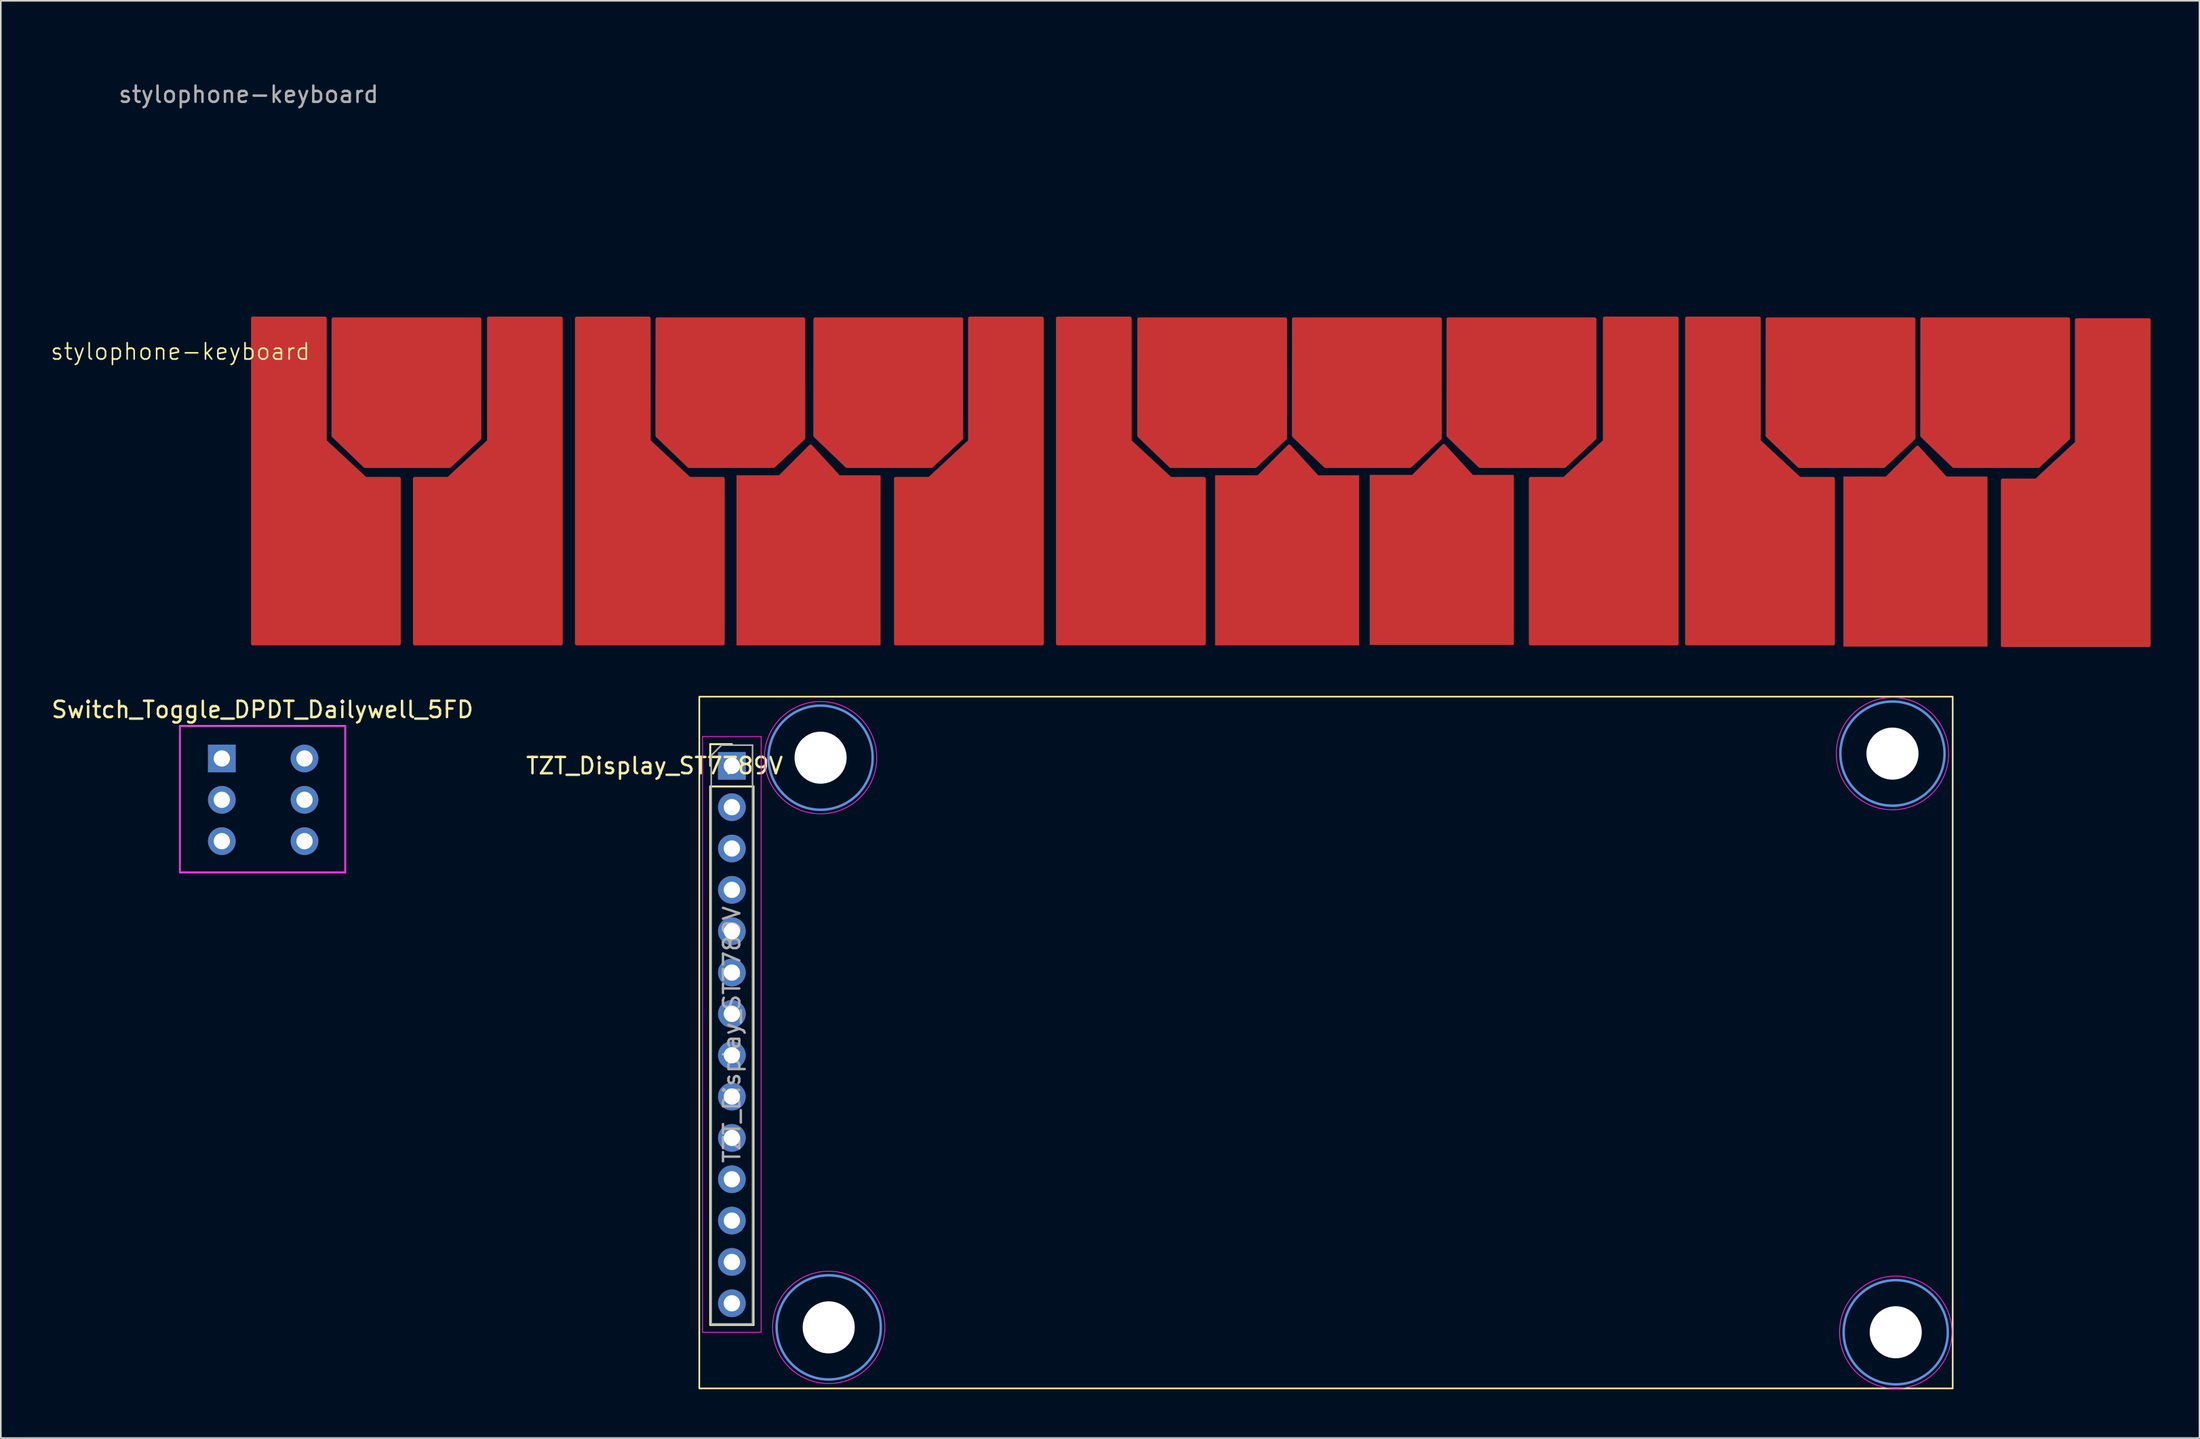
<source format=kicad_pcb>
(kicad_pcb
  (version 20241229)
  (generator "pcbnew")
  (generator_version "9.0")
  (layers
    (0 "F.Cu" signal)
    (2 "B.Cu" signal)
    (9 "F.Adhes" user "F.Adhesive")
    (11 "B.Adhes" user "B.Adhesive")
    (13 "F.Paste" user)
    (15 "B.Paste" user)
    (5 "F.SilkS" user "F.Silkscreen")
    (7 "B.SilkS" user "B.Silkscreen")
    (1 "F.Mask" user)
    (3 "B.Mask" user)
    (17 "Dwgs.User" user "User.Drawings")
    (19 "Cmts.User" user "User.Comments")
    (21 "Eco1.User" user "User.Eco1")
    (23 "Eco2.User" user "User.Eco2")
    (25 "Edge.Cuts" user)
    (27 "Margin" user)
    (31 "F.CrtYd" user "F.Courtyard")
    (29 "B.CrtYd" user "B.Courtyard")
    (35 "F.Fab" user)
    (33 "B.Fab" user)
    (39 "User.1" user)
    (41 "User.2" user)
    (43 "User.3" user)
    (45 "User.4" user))
  (footprint "TZT_Display_ST7789V"
    (layer "F.Cu")
    (at 41.911 44)
    (property "Reference" "TZT_Display_ST7789V" (at -4.75 0 0) (layer "F.SilkS") (effects (font (size 1 1) (thickness 0.15))))
    (attr through_hole)
    (fp_line (start -1.33 -1.33) (end 0 -1.33) (stroke (width 0.12) (type solid)) (layer "F.SilkS"))
    (fp_line (start -1.33 0) (end -1.33 -1.33) (stroke (width 0.12) (type solid)) (layer "F.SilkS"))
    (fp_line (start -1.33 1.27) (end -1.33 34.35) (stroke (width 0.12) (type solid)) (layer "F.SilkS"))
    (fp_line (start -1.33 1.27) (end 1.33 1.27) (stroke (width 0.12) (type solid)) (layer "F.SilkS"))
    (fp_line (start -1.33 34.35) (end 1.33 34.35) (stroke (width 0.12) (type solid)) (layer "F.SilkS"))
    (fp_line (start 1.33 1.27) (end 1.33 34.35) (stroke (width 0.12) (type solid)) (layer "F.SilkS"))
    (fp_rect (start -2 -4.25) (end 75 38.25) (stroke (width 0.1) (type default)) (fill no) (layer "F.SilkS"))
    (fp_circle (center 5.45 -0.5) (end 8.65 -0.5) (stroke (width 0.15) (type solid)) (fill no) (layer "Cmts.User"))
    (fp_circle (center 5.95 34.5) (end 9.15 34.5) (stroke (width 0.15) (type solid)) (fill no) (layer "Cmts.User"))
    (fp_circle (center 71.3 -0.75) (end 74.5 -0.75) (stroke (width 0.15) (type solid)) (fill no) (layer "Cmts.User"))
    (fp_circle (center 71.5 34.8) (end 74.7 34.8) (stroke (width 0.15) (type solid)) (fill no) (layer "Cmts.User"))
    (fp_line (start -1.8 -1.8) (end -1.8 34.8) (stroke (width 0.05) (type solid)) (layer "F.CrtYd"))
    (fp_line (start -1.8 34.8) (end 1.8 34.8) (stroke (width 0.05) (type solid)) (layer "F.CrtYd"))
    (fp_line (start 1.8 -1.8) (end -1.8 -1.8) (stroke (width 0.05) (type solid)) (layer "F.CrtYd"))
    (fp_line (start 1.8 34.8) (end 1.8 -1.8) (stroke (width 0.05) (type solid)) (layer "F.CrtYd"))
    (fp_circle (center 5.45 -0.5) (end 8.9 -0.5) (stroke (width 0.05) (type solid)) (fill no) (layer "F.CrtYd"))
    (fp_circle (center 5.95 34.5) (end 9.4 34.5) (stroke (width 0.05) (type solid)) (fill no) (layer "F.CrtYd"))
    (fp_circle (center 71.3 -0.75) (end 74.75 -0.75) (stroke (width 0.05) (type solid)) (fill no) (layer "F.CrtYd"))
    (fp_circle (center 71.5 34.8) (end 74.95 34.8) (stroke (width 0.05) (type solid)) (fill no) (layer "F.CrtYd"))
    (fp_line (start -1.27 -0.635) (end -0.635 -1.27) (stroke (width 0.1) (type solid)) (layer "F.Fab"))
    (fp_line (start -1.27 34.29) (end -1.27 -0.635) (stroke (width 0.1) (type solid)) (layer "F.Fab"))
    (fp_line (start -0.635 -1.27) (end 1.27 -1.27) (stroke (width 0.1) (type solid)) (layer "F.Fab"))
    (fp_line (start 1.27 -1.27) (end 1.27 34.29) (stroke (width 0.1) (type solid)) (layer "F.Fab"))
    (fp_line (start 1.27 34.29) (end -1.27 34.29) (stroke (width 0.1) (type solid)) (layer "F.Fab"))
    (fp_text user "${REFERENCE}" (at 0 16.51 90) (layer "F.Fab") (effects (font (size 1 1) (thickness 0.15))))
    (pad "" np_thru_hole circle (at 5.45 -0.5) (size 3.2 3.2) (drill 3.2) (layers "*.Cu" "*.Mask"))
    (pad "" np_thru_hole circle (at 5.95 34.5) (size 3.2 3.2) (drill 3.2) (layers "*.Cu" "*.Mask"))
    (pad "" np_thru_hole circle (at 71.3 -0.75) (size 3.2 3.2) (drill 3.2) (layers "*.Cu" "*.Mask"))
    (pad "" np_thru_hole circle (at 71.5 34.8) (size 3.2 3.2) (drill 3.2) (layers "*.Cu" "*.Mask"))
    (pad "1" thru_hole rect (at 0 0) (size 1.7 1.7) (drill 1) (layers "*.Cu" "*.Mask"))
    (pad "2" thru_hole oval (at 0 2.54) (size 1.7 1.7) (drill 1) (layers "*.Cu" "*.Mask"))
    (pad "3" thru_hole oval (at 0 5.08) (size 1.7 1.7) (drill 1) (layers "*.Cu" "*.Mask"))
    (pad "4" thru_hole oval (at 0 7.62) (size 1.7 1.7) (drill 1) (layers "*.Cu" "*.Mask"))
    (pad "5" thru_hole oval (at 0 10.16) (size 1.7 1.7) (drill 1) (layers "*.Cu" "*.Mask"))
    (pad "6" thru_hole oval (at 0 12.7) (size 1.7 1.7) (drill 1) (layers "*.Cu" "*.Mask"))
    (pad "7" thru_hole oval (at 0 15.24) (size 1.7 1.7) (drill 1) (layers "*.Cu" "*.Mask"))
    (pad "8" thru_hole oval (at 0 17.78) (size 1.7 1.7) (drill 1) (layers "*.Cu" "*.Mask"))
    (pad "9" thru_hole oval (at 0 20.32) (size 1.7 1.7) (drill 1) (layers "*.Cu" "*.Mask"))
    (pad "10" thru_hole oval (at 0 22.86) (size 1.7 1.7) (drill 1) (layers "*.Cu" "*.Mask"))
    (pad "11" thru_hole oval (at 0 25.4) (size 1.7 1.7) (drill 1) (layers "*.Cu" "*.Mask"))
    (pad "12" thru_hole oval (at 0 27.94) (size 1.7 1.7) (drill 1) (layers "*.Cu" "*.Mask"))
    (pad "13" thru_hole oval (at 0 30.48) (size 1.7 1.7) (drill 1) (layers "*.Cu" "*.Mask"))
    (pad "14" thru_hole oval (at 0 33.02) (size 1.7 1.7) (drill 1) (layers "*.Cu" "*.Mask")))
  (footprint "stylophone-keyboard"
    (layer "F.Cu")
    (at 12.221 0.25)
    (property "Reference" "stylophone-keyboard" (at -4.195 18.3 0) (unlocked yes) (layer "F.SilkS") (effects (font (size 1 1) (thickness 0.1))))
    (attr smd exclude_from_bom)
    (fp_text user "${REFERENCE}" (at 0 2.5 0) (unlocked yes) (layer "F.Fab") (effects (font (size 1 1) (thickness 0.15))))
    (pad "1" smd custom (at 4.7 30.4) (size 9 9) (layers "F.Cu" "F.Mask") (options (anchor circle)) (primitives (gr_poly (pts (xy 0 -14.15) (xy -4.45 -14.15) (xy -4.45 5.85) (xy 4.55 5.85) (xy 4.55 -4.3) (xy 2.481 -4.3) (xy 0 -6.6)) (width 0.2) (fill yes))))
    (pad "2" smd custom (at 9.7 20.8) (size 9 9) (layers "F.Cu" "F.Mask") (options (anchor circle)) (primitives (gr_poly (pts (xy 4.5 -4.5) (xy -4.5 -4.5) (xy -4.506 2.673) (xy -2.55 4.55) (xy 2.65 4.55) (xy 4.501 2.821)) (width 0.2) (fill yes))))
    (pad "3" smd custom (at 14.6 31) (size 9 9) (layers "F.Cu" "F.Mask") (options (anchor circle)) (primitives (gr_poly (pts (xy 0.15 -14.75) (xy 4.6 -14.75) (xy 4.6 5.25) (xy -4.4 5.25) (xy -4.4 -4.9) (xy -2.331 -4.9) (xy 0.15 -7.2)) (width 0.2) (fill yes))))
    (pad "4" smd custom (at 24.6 30.7) (size 9 9) (layers "F.Cu" "F.Mask") (options (anchor circle)) (primitives (gr_poly (pts (xy 0 -14.45) (xy -4.45 -14.45) (xy -4.45 5.55) (xy 4.55 5.55) (xy 4.55 -4.6) (xy 2.481 -4.6) (xy 0 -6.9)) (width 0.2) (fill yes))))
    (pad "5" smd custom (at 29.6 20.8) (size 9 9) (layers "F.Cu" "F.Mask") (options (anchor circle)) (primitives (gr_poly (pts (xy 4.5 -4.5) (xy -4.5 -4.5) (xy -4.506 2.673) (xy -2.55 4.55) (xy 2.65 4.55) (xy 4.501 2.821)) (width 0.2) (fill yes))))
    (pad "6" smd custom (at 34.4 31.125) (size 8.85 10.45) (layers "F.Cu" "F.Mask") (options (anchor rect)) (primitives (gr_poly (pts (xy -2.275 -4.625) (xy 0.125 -7.025) (xy 2.325 -4.625)) (width 0.2) (fill yes))))
    (pad "7" smd custom (at 39.3 20.8) (size 9 9) (layers "F.Cu" "F.Mask") (options (anchor circle)) (primitives (gr_poly (pts (xy 4.5 -4.5) (xy -4.5 -4.5) (xy -4.506 2.673) (xy -2.55 4.55) (xy 2.65 4.55) (xy 4.501 2.821)) (width 0.2) (fill yes))))
    (pad "8" smd custom (at 44.3 30.7) (size 9 9) (layers "F.Cu" "F.Mask") (options (anchor circle)) (primitives (gr_poly (pts (xy 0 -14.45) (xy 4.45 -14.45) (xy 4.45 5.55) (xy -4.55 5.55) (xy -4.55 -4.6) (xy -2.481 -4.6) (xy 0 -6.9)) (width 0.2) (fill yes))))
    (pad "9" smd custom (at 54.2 31) (size 9 9) (layers "F.Cu" "F.Mask") (options (anchor circle)) (primitives (gr_poly (pts (xy -0.05 -14.75) (xy -4.5 -14.75) (xy -4.5 5.25) (xy 4.5 5.25) (xy 4.5 -4.9) (xy 2.431 -4.9) (xy -0.05 -7.2)) (width 0.2) (fill yes))))
    (pad "10" smd custom (at 59.2 20.8) (size 9 9) (layers "F.Cu" "F.Mask") (options (anchor circle)) (primitives (gr_poly (pts (xy 4.5 -4.5) (xy -4.5 -4.5) (xy -4.506 2.673) (xy -2.55 4.55) (xy 2.65 4.55) (xy 4.501 2.821)) (width 0.2) (fill yes))))
    (pad "11" smd custom (at 63.8 31.125) (size 8.85 10.45) (layers "F.Cu" "F.Mask") (options (anchor rect)) (primitives (gr_poly (pts (xy -2.275 -4.625) (xy 0.125 -7.025) (xy 2.325 -4.625)) (width 0.2) (fill yes))))
    (pad "12" smd custom (at 68.7 20.8) (size 9 9) (layers "F.Cu" "F.Mask") (options (anchor circle)) (primitives (gr_poly (pts (xy 4.5 -4.5) (xy -4.5 -4.5) (xy -4.506 2.673) (xy -2.55 4.55) (xy 2.65 4.55) (xy 4.501 2.821)) (width 0.2) (fill yes))))
    (pad "13" smd custom (at 73.3 31.1) (size 8.85 10.45) (layers "F.Cu" "F.Mask") (options (anchor rect)) (primitives (gr_poly (pts (xy -2.275 -4.625) (xy 0.125 -7.025) (xy 2.325 -4.625)) (width 0.2) (fill yes))))
    (pad "14" smd custom (at 78.2 20.8) (size 9 9) (layers "F.Cu" "F.Mask") (options (anchor circle)) (primitives (gr_poly (pts (xy 4.5 -4.5) (xy -4.5 -4.5) (xy -4.506 2.673) (xy -2.55 4.55) (xy 2.65 4.55) (xy 4.501 2.821)) (width 0.2) (fill yes))))
    (pad "15" smd custom (at 83.3 31.1) (size 9 9) (layers "F.Cu" "F.Mask") (options (anchor circle)) (primitives (gr_poly (pts (xy 0 -14.85) (xy 4.45 -14.85) (xy 4.45 5.15) (xy -4.55 5.15) (xy -4.55 -5) (xy -2.481 -5) (xy 0 -7.3)) (width 0.2) (fill yes))))
    (pad "16" smd custom (at 92.8 30.9) (size 9 9) (layers "F.Cu" "F.Mask") (options (anchor circle)) (primitives (gr_poly (pts (xy 0 -14.65) (xy -4.45 -14.65) (xy -4.45 5.35) (xy 4.55 5.35) (xy 4.55 -4.8) (xy 2.481 -4.8) (xy 0 -7.1)) (width 0.2) (fill yes))))
    (pad "17" smd custom (at 97.8 20.8) (size 9 9) (layers "F.Cu" "F.Mask") (options (anchor circle)) (primitives (gr_poly (pts (xy 4.5 -4.5) (xy -4.5 -4.5) (xy -4.506 2.673) (xy -2.55 4.55) (xy 2.65 4.55) (xy 4.501 2.821)) (width 0.2) (fill yes))))
    (pad "18" smd custom (at 102.4 31.2) (size 8.85 10.45) (layers "F.Cu" "F.Mask") (options (anchor rect)) (primitives (gr_poly (pts (xy -2.275 -4.625) (xy 0.125 -7.025) (xy 2.325 -4.625)) (width 0.2) (fill yes))))
    (pad "19" smd custom (at 107.3 20.8) (size 9 9) (layers "F.Cu" "F.Mask") (options (anchor circle)) (primitives (gr_poly (pts (xy 4.5 -4.5) (xy -4.5 -4.5) (xy -4.506 2.673) (xy -2.55 4.55) (xy 2.65 4.55) (xy 4.501 2.821)) (width 0.2) (fill yes))))
    (pad "20" smd custom (at 112.3 30.9) (size 9 9) (layers "F.Cu" "F.Mask") (options (anchor circle)) (primitives (gr_poly (pts (xy 0 -14.55) (xy 4.45 -14.55) (xy 4.45 5.45) (xy -4.55 5.45) (xy -4.55 -4.7) (xy -2.481 -4.7) (xy 0 -7)) (width 0.2) (fill yes)))))
  (footprint "Switch_Toggle_DPDT_Dailywell_5FD"
    (layer "F.Cu")
    (at 10.577 43.548)
    (property "Reference" "Switch_Toggle_DPDT_Dailywell_5FD" (at 2.5 -3 180) (layer "F.SilkS") (effects (font (size 1 1) (thickness 0.15))))
    (attr through_hole)
    (fp_rect (start -2.58 -2) (end 7.58 7) (stroke (width 0.1) (type default)) (fill no) (layer "F.SilkS"))
    (fp_rect (start -2.58 -2) (end 7.58 7) (stroke (width 0.1) (type default)) (fill no) (layer "F.CrtYd"))
    (fp_text user "" (at 2.06 -2.275 0) (layer "F.SilkS") (effects (font (size 1 1) (thickness 0.15))))
    (pad "1" thru_hole rect (at 0 0) (size 1.7 1.7) (drill 1) (layers "*.Cu" "*.Mask"))
    (pad "2" thru_hole oval (at 0 2.54) (size 1.7 1.7) (drill 1) (layers "*.Cu" "*.Mask"))
    (pad "3" thru_hole oval (at 0 5.08) (size 1.7 1.7) (drill 1) (layers "*.Cu" "*.Mask"))
    (pad "4" thru_hole oval (at 5.08 0) (size 1.7 1.7) (drill 1) (layers "*.Cu" "*.Mask"))
    (pad "5" thru_hole oval (at 5.08 2.54) (size 1.7 1.7) (drill 1) (layers "*.Cu" "*.Mask"))
    (pad "6" thru_hole oval (at 5.08 5.08) (size 1.7 1.7) (drill 1) (layers "*.Cu" "*.Mask")))
  (gr_rect
    (start -3 -3)
    (end 132.071 85.3)
    (stroke (width 0.1) (type default))
    (fill no)
    (layer "Edge.Cuts")))
</source>
